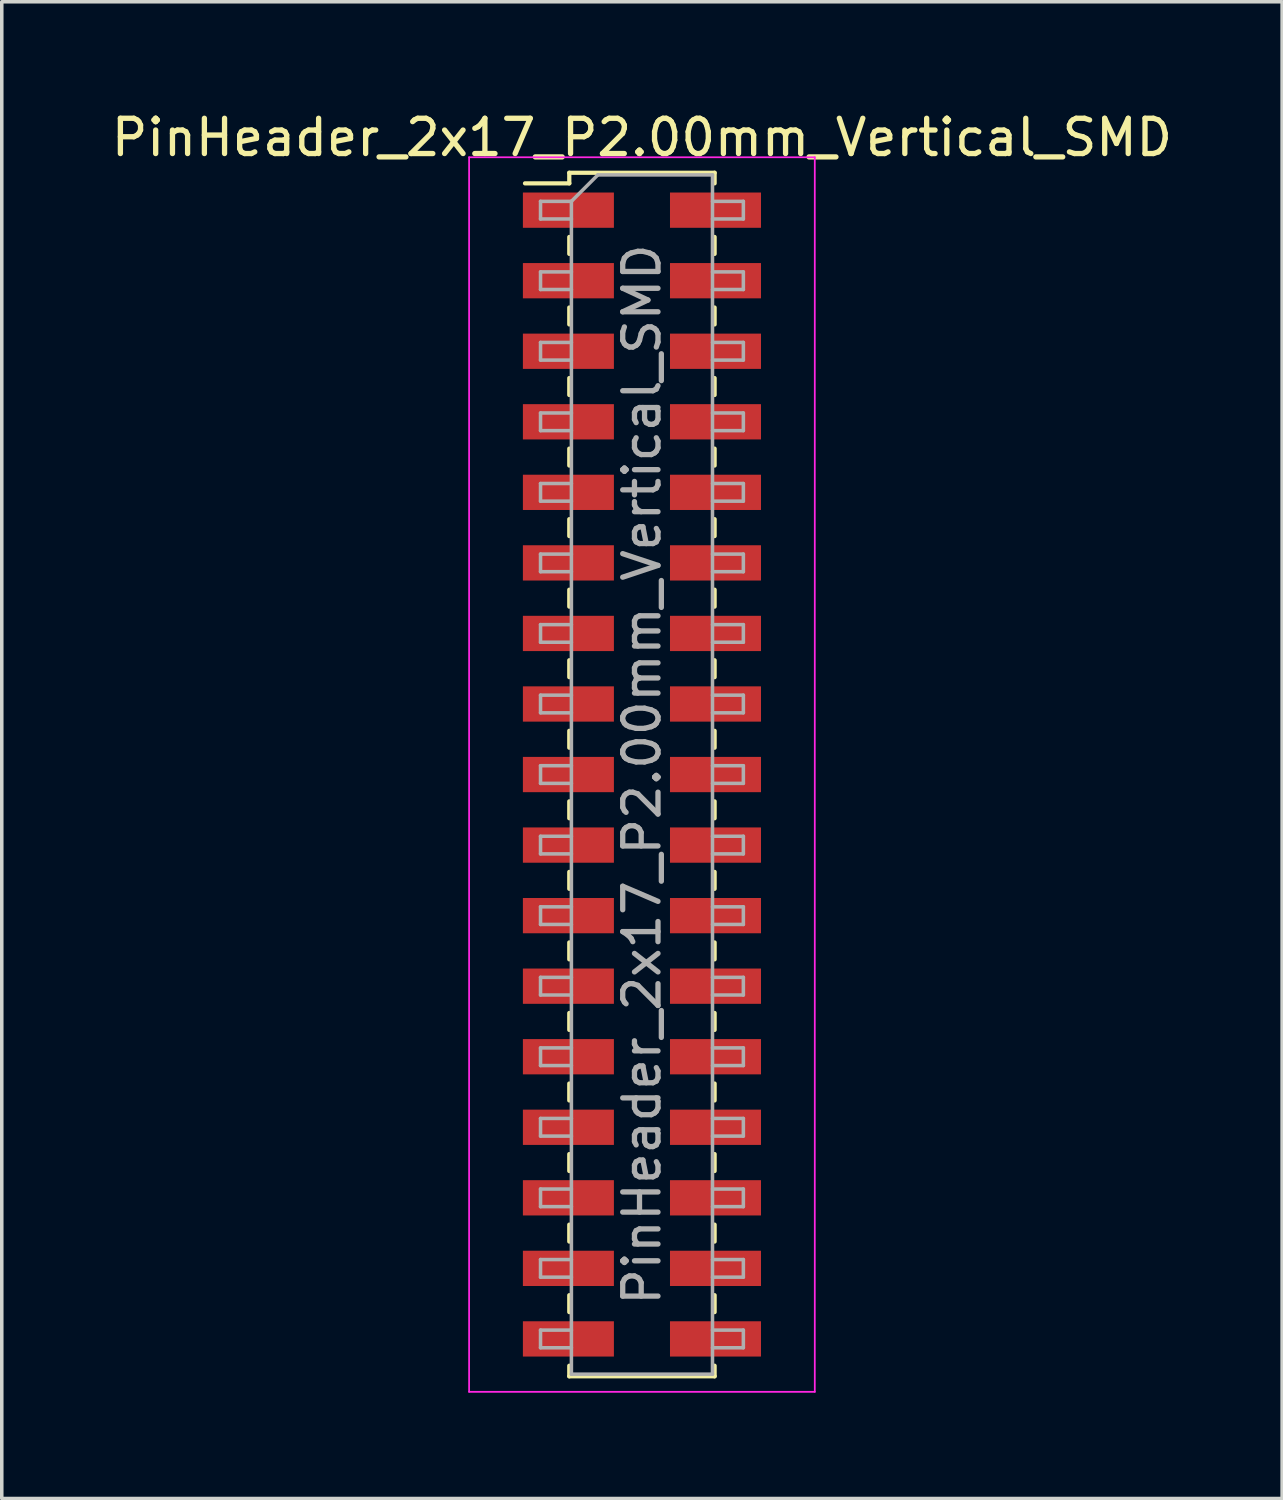
<source format=kicad_pcb>
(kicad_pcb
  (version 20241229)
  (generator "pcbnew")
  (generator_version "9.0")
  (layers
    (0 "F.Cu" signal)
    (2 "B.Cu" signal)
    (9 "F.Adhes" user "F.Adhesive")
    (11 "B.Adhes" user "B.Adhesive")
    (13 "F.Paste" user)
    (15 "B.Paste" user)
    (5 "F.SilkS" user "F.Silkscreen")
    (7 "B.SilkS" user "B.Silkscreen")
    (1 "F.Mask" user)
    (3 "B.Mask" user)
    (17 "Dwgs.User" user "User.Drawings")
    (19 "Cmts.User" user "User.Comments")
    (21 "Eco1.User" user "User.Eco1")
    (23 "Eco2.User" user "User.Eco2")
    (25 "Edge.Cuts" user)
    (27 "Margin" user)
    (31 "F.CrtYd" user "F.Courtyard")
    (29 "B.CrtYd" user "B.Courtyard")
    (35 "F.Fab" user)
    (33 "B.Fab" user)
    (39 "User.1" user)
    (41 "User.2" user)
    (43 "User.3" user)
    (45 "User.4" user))
  (footprint "PinHeader_2x17_P2.00mm_Vertical_SMD"
    (layer "F.Cu")
    (at 15.149 18.908)
    (property "Reference" "PinHeader_2x17_P2.00mm_Vertical_SMD" (at 0 -18.06 0) (layer "F.SilkS") (effects (font (size 1 1) (thickness 0.15))))
    (attr smd)
    (fp_line (start -3.315 -16.76) (end -2.06 -16.76) (stroke (width 0.12) (type solid)) (layer "F.SilkS"))
    (fp_line (start -2.06 -17.06) (end -2.06 -16.76) (stroke (width 0.12) (type solid)) (layer "F.SilkS"))
    (fp_line (start -2.06 -17.06) (end 2.06 -17.06) (stroke (width 0.12) (type solid)) (layer "F.SilkS"))
    (fp_line (start -2.06 -15.24) (end -2.06 -14.76) (stroke (width 0.12) (type solid)) (layer "F.SilkS"))
    (fp_line (start -2.06 -13.24) (end -2.06 -12.76) (stroke (width 0.12) (type solid)) (layer "F.SilkS"))
    (fp_line (start -2.06 -11.24) (end -2.06 -10.76) (stroke (width 0.12) (type solid)) (layer "F.SilkS"))
    (fp_line (start -2.06 -9.24) (end -2.06 -8.76) (stroke (width 0.12) (type solid)) (layer "F.SilkS"))
    (fp_line (start -2.06 -7.24) (end -2.06 -6.76) (stroke (width 0.12) (type solid)) (layer "F.SilkS"))
    (fp_line (start -2.06 -5.24) (end -2.06 -4.76) (stroke (width 0.12) (type solid)) (layer "F.SilkS"))
    (fp_line (start -2.06 -3.24) (end -2.06 -2.76) (stroke (width 0.12) (type solid)) (layer "F.SilkS"))
    (fp_line (start -2.06 -1.24) (end -2.06 -0.76) (stroke (width 0.12) (type solid)) (layer "F.SilkS"))
    (fp_line (start -2.06 0.76) (end -2.06 1.24) (stroke (width 0.12) (type solid)) (layer "F.SilkS"))
    (fp_line (start -2.06 2.76) (end -2.06 3.24) (stroke (width 0.12) (type solid)) (layer "F.SilkS"))
    (fp_line (start -2.06 4.76) (end -2.06 5.24) (stroke (width 0.12) (type solid)) (layer "F.SilkS"))
    (fp_line (start -2.06 6.76) (end -2.06 7.24) (stroke (width 0.12) (type solid)) (layer "F.SilkS"))
    (fp_line (start -2.06 8.76) (end -2.06 9.24) (stroke (width 0.12) (type solid)) (layer "F.SilkS"))
    (fp_line (start -2.06 10.76) (end -2.06 11.24) (stroke (width 0.12) (type solid)) (layer "F.SilkS"))
    (fp_line (start -2.06 12.76) (end -2.06 13.24) (stroke (width 0.12) (type solid)) (layer "F.SilkS"))
    (fp_line (start -2.06 14.76) (end -2.06 15.24) (stroke (width 0.12) (type solid)) (layer "F.SilkS"))
    (fp_line (start -2.06 16.76) (end -2.06 17.06) (stroke (width 0.12) (type solid)) (layer "F.SilkS"))
    (fp_line (start -2.06 17.06) (end 2.06 17.06) (stroke (width 0.12) (type solid)) (layer "F.SilkS"))
    (fp_line (start 2.06 -17.06) (end 2.06 -16.76) (stroke (width 0.12) (type solid)) (layer "F.SilkS"))
    (fp_line (start 2.06 -15.24) (end 2.06 -14.76) (stroke (width 0.12) (type solid)) (layer "F.SilkS"))
    (fp_line (start 2.06 -13.24) (end 2.06 -12.76) (stroke (width 0.12) (type solid)) (layer "F.SilkS"))
    (fp_line (start 2.06 -11.24) (end 2.06 -10.76) (stroke (width 0.12) (type solid)) (layer "F.SilkS"))
    (fp_line (start 2.06 -9.24) (end 2.06 -8.76) (stroke (width 0.12) (type solid)) (layer "F.SilkS"))
    (fp_line (start 2.06 -7.24) (end 2.06 -6.76) (stroke (width 0.12) (type solid)) (layer "F.SilkS"))
    (fp_line (start 2.06 -5.24) (end 2.06 -4.76) (stroke (width 0.12) (type solid)) (layer "F.SilkS"))
    (fp_line (start 2.06 -3.24) (end 2.06 -2.76) (stroke (width 0.12) (type solid)) (layer "F.SilkS"))
    (fp_line (start 2.06 -1.24) (end 2.06 -0.76) (stroke (width 0.12) (type solid)) (layer "F.SilkS"))
    (fp_line (start 2.06 0.76) (end 2.06 1.24) (stroke (width 0.12) (type solid)) (layer "F.SilkS"))
    (fp_line (start 2.06 2.76) (end 2.06 3.24) (stroke (width 0.12) (type solid)) (layer "F.SilkS"))
    (fp_line (start 2.06 4.76) (end 2.06 5.24) (stroke (width 0.12) (type solid)) (layer "F.SilkS"))
    (fp_line (start 2.06 6.76) (end 2.06 7.24) (stroke (width 0.12) (type solid)) (layer "F.SilkS"))
    (fp_line (start 2.06 8.76) (end 2.06 9.24) (stroke (width 0.12) (type solid)) (layer "F.SilkS"))
    (fp_line (start 2.06 10.76) (end 2.06 11.24) (stroke (width 0.12) (type solid)) (layer "F.SilkS"))
    (fp_line (start 2.06 12.76) (end 2.06 13.24) (stroke (width 0.12) (type solid)) (layer "F.SilkS"))
    (fp_line (start 2.06 14.76) (end 2.06 15.24) (stroke (width 0.12) (type solid)) (layer "F.SilkS"))
    (fp_line (start 2.06 16.76) (end 2.06 17.06) (stroke (width 0.12) (type solid)) (layer "F.SilkS"))
    (fp_line (start -4.9 -17.5) (end -4.9 17.5) (stroke (width 0.05) (type solid)) (layer "F.CrtYd"))
    (fp_line (start -4.9 17.5) (end 4.9 17.5) (stroke (width 0.05) (type solid)) (layer "F.CrtYd"))
    (fp_line (start 4.9 -17.5) (end -4.9 -17.5) (stroke (width 0.05) (type solid)) (layer "F.CrtYd"))
    (fp_line (start 4.9 17.5) (end 4.9 -17.5) (stroke (width 0.05) (type solid)) (layer "F.CrtYd"))
    (fp_line (start -2.875 -16.25) (end -2.875 -15.75) (stroke (width 0.1) (type solid)) (layer "F.Fab"))
    (fp_line (start -2.875 -15.75) (end -2 -15.75) (stroke (width 0.1) (type solid)) (layer "F.Fab"))
    (fp_line (start -2.875 -14.25) (end -2.875 -13.75) (stroke (width 0.1) (type solid)) (layer "F.Fab"))
    (fp_line (start -2.875 -13.75) (end -2 -13.75) (stroke (width 0.1) (type solid)) (layer "F.Fab"))
    (fp_line (start -2.875 -12.25) (end -2.875 -11.75) (stroke (width 0.1) (type solid)) (layer "F.Fab"))
    (fp_line (start -2.875 -11.75) (end -2 -11.75) (stroke (width 0.1) (type solid)) (layer "F.Fab"))
    (fp_line (start -2.875 -10.25) (end -2.875 -9.75) (stroke (width 0.1) (type solid)) (layer "F.Fab"))
    (fp_line (start -2.875 -9.75) (end -2 -9.75) (stroke (width 0.1) (type solid)) (layer "F.Fab"))
    (fp_line (start -2.875 -8.25) (end -2.875 -7.75) (stroke (width 0.1) (type solid)) (layer "F.Fab"))
    (fp_line (start -2.875 -7.75) (end -2 -7.75) (stroke (width 0.1) (type solid)) (layer "F.Fab"))
    (fp_line (start -2.875 -6.25) (end -2.875 -5.75) (stroke (width 0.1) (type solid)) (layer "F.Fab"))
    (fp_line (start -2.875 -5.75) (end -2 -5.75) (stroke (width 0.1) (type solid)) (layer "F.Fab"))
    (fp_line (start -2.875 -4.25) (end -2.875 -3.75) (stroke (width 0.1) (type solid)) (layer "F.Fab"))
    (fp_line (start -2.875 -3.75) (end -2 -3.75) (stroke (width 0.1) (type solid)) (layer "F.Fab"))
    (fp_line (start -2.875 -2.25) (end -2.875 -1.75) (stroke (width 0.1) (type solid)) (layer "F.Fab"))
    (fp_line (start -2.875 -1.75) (end -2 -1.75) (stroke (width 0.1) (type solid)) (layer "F.Fab"))
    (fp_line (start -2.875 -0.25) (end -2.875 0.25) (stroke (width 0.1) (type solid)) (layer "F.Fab"))
    (fp_line (start -2.875 0.25) (end -2 0.25) (stroke (width 0.1) (type solid)) (layer "F.Fab"))
    (fp_line (start -2.875 1.75) (end -2.875 2.25) (stroke (width 0.1) (type solid)) (layer "F.Fab"))
    (fp_line (start -2.875 2.25) (end -2 2.25) (stroke (width 0.1) (type solid)) (layer "F.Fab"))
    (fp_line (start -2.875 3.75) (end -2.875 4.25) (stroke (width 0.1) (type solid)) (layer "F.Fab"))
    (fp_line (start -2.875 4.25) (end -2 4.25) (stroke (width 0.1) (type solid)) (layer "F.Fab"))
    (fp_line (start -2.875 5.75) (end -2.875 6.25) (stroke (width 0.1) (type solid)) (layer "F.Fab"))
    (fp_line (start -2.875 6.25) (end -2 6.25) (stroke (width 0.1) (type solid)) (layer "F.Fab"))
    (fp_line (start -2.875 7.75) (end -2.875 8.25) (stroke (width 0.1) (type solid)) (layer "F.Fab"))
    (fp_line (start -2.875 8.25) (end -2 8.25) (stroke (width 0.1) (type solid)) (layer "F.Fab"))
    (fp_line (start -2.875 9.75) (end -2.875 10.25) (stroke (width 0.1) (type solid)) (layer "F.Fab"))
    (fp_line (start -2.875 10.25) (end -2 10.25) (stroke (width 0.1) (type solid)) (layer "F.Fab"))
    (fp_line (start -2.875 11.75) (end -2.875 12.25) (stroke (width 0.1) (type solid)) (layer "F.Fab"))
    (fp_line (start -2.875 12.25) (end -2 12.25) (stroke (width 0.1) (type solid)) (layer "F.Fab"))
    (fp_line (start -2.875 13.75) (end -2.875 14.25) (stroke (width 0.1) (type solid)) (layer "F.Fab"))
    (fp_line (start -2.875 14.25) (end -2 14.25) (stroke (width 0.1) (type solid)) (layer "F.Fab"))
    (fp_line (start -2.875 15.75) (end -2.875 16.25) (stroke (width 0.1) (type solid)) (layer "F.Fab"))
    (fp_line (start -2.875 16.25) (end -2 16.25) (stroke (width 0.1) (type solid)) (layer "F.Fab"))
    (fp_line (start -2 -16.25) (end -2.875 -16.25) (stroke (width 0.1) (type solid)) (layer "F.Fab"))
    (fp_line (start -2 -16.25) (end -1.25 -17) (stroke (width 0.1) (type solid)) (layer "F.Fab"))
    (fp_line (start -2 -14.25) (end -2.875 -14.25) (stroke (width 0.1) (type solid)) (layer "F.Fab"))
    (fp_line (start -2 -12.25) (end -2.875 -12.25) (stroke (width 0.1) (type solid)) (layer "F.Fab"))
    (fp_line (start -2 -10.25) (end -2.875 -10.25) (stroke (width 0.1) (type solid)) (layer "F.Fab"))
    (fp_line (start -2 -8.25) (end -2.875 -8.25) (stroke (width 0.1) (type solid)) (layer "F.Fab"))
    (fp_line (start -2 -6.25) (end -2.875 -6.25) (stroke (width 0.1) (type solid)) (layer "F.Fab"))
    (fp_line (start -2 -4.25) (end -2.875 -4.25) (stroke (width 0.1) (type solid)) (layer "F.Fab"))
    (fp_line (start -2 -2.25) (end -2.875 -2.25) (stroke (width 0.1) (type solid)) (layer "F.Fab"))
    (fp_line (start -2 -0.25) (end -2.875 -0.25) (stroke (width 0.1) (type solid)) (layer "F.Fab"))
    (fp_line (start -2 1.75) (end -2.875 1.75) (stroke (width 0.1) (type solid)) (layer "F.Fab"))
    (fp_line (start -2 3.75) (end -2.875 3.75) (stroke (width 0.1) (type solid)) (layer "F.Fab"))
    (fp_line (start -2 5.75) (end -2.875 5.75) (stroke (width 0.1) (type solid)) (layer "F.Fab"))
    (fp_line (start -2 7.75) (end -2.875 7.75) (stroke (width 0.1) (type solid)) (layer "F.Fab"))
    (fp_line (start -2 9.75) (end -2.875 9.75) (stroke (width 0.1) (type solid)) (layer "F.Fab"))
    (fp_line (start -2 11.75) (end -2.875 11.75) (stroke (width 0.1) (type solid)) (layer "F.Fab"))
    (fp_line (start -2 13.75) (end -2.875 13.75) (stroke (width 0.1) (type solid)) (layer "F.Fab"))
    (fp_line (start -2 15.75) (end -2.875 15.75) (stroke (width 0.1) (type solid)) (layer "F.Fab"))
    (fp_line (start -2 17) (end -2 -16.25) (stroke (width 0.1) (type solid)) (layer "F.Fab"))
    (fp_line (start -1.25 -17) (end 2 -17) (stroke (width 0.1) (type solid)) (layer "F.Fab"))
    (fp_line (start 2 -17) (end 2 17) (stroke (width 0.1) (type solid)) (layer "F.Fab"))
    (fp_line (start 2 -16.25) (end 2.875 -16.25) (stroke (width 0.1) (type solid)) (layer "F.Fab"))
    (fp_line (start 2 -14.25) (end 2.875 -14.25) (stroke (width 0.1) (type solid)) (layer "F.Fab"))
    (fp_line (start 2 -12.25) (end 2.875 -12.25) (stroke (width 0.1) (type solid)) (layer "F.Fab"))
    (fp_line (start 2 -10.25) (end 2.875 -10.25) (stroke (width 0.1) (type solid)) (layer "F.Fab"))
    (fp_line (start 2 -8.25) (end 2.875 -8.25) (stroke (width 0.1) (type solid)) (layer "F.Fab"))
    (fp_line (start 2 -6.25) (end 2.875 -6.25) (stroke (width 0.1) (type solid)) (layer "F.Fab"))
    (fp_line (start 2 -4.25) (end 2.875 -4.25) (stroke (width 0.1) (type solid)) (layer "F.Fab"))
    (fp_line (start 2 -2.25) (end 2.875 -2.25) (stroke (width 0.1) (type solid)) (layer "F.Fab"))
    (fp_line (start 2 -0.25) (end 2.875 -0.25) (stroke (width 0.1) (type solid)) (layer "F.Fab"))
    (fp_line (start 2 1.75) (end 2.875 1.75) (stroke (width 0.1) (type solid)) (layer "F.Fab"))
    (fp_line (start 2 3.75) (end 2.875 3.75) (stroke (width 0.1) (type solid)) (layer "F.Fab"))
    (fp_line (start 2 5.75) (end 2.875 5.75) (stroke (width 0.1) (type solid)) (layer "F.Fab"))
    (fp_line (start 2 7.75) (end 2.875 7.75) (stroke (width 0.1) (type solid)) (layer "F.Fab"))
    (fp_line (start 2 9.75) (end 2.875 9.75) (stroke (width 0.1) (type solid)) (layer "F.Fab"))
    (fp_line (start 2 11.75) (end 2.875 11.75) (stroke (width 0.1) (type solid)) (layer "F.Fab"))
    (fp_line (start 2 13.75) (end 2.875 13.75) (stroke (width 0.1) (type solid)) (layer "F.Fab"))
    (fp_line (start 2 15.75) (end 2.875 15.75) (stroke (width 0.1) (type solid)) (layer "F.Fab"))
    (fp_line (start 2 17) (end -2 17) (stroke (width 0.1) (type solid)) (layer "F.Fab"))
    (fp_line (start 2.875 -16.25) (end 2.875 -15.75) (stroke (width 0.1) (type solid)) (layer "F.Fab"))
    (fp_line (start 2.875 -15.75) (end 2 -15.75) (stroke (width 0.1) (type solid)) (layer "F.Fab"))
    (fp_line (start 2.875 -14.25) (end 2.875 -13.75) (stroke (width 0.1) (type solid)) (layer "F.Fab"))
    (fp_line (start 2.875 -13.75) (end 2 -13.75) (stroke (width 0.1) (type solid)) (layer "F.Fab"))
    (fp_line (start 2.875 -12.25) (end 2.875 -11.75) (stroke (width 0.1) (type solid)) (layer "F.Fab"))
    (fp_line (start 2.875 -11.75) (end 2 -11.75) (stroke (width 0.1) (type solid)) (layer "F.Fab"))
    (fp_line (start 2.875 -10.25) (end 2.875 -9.75) (stroke (width 0.1) (type solid)) (layer "F.Fab"))
    (fp_line (start 2.875 -9.75) (end 2 -9.75) (stroke (width 0.1) (type solid)) (layer "F.Fab"))
    (fp_line (start 2.875 -8.25) (end 2.875 -7.75) (stroke (width 0.1) (type solid)) (layer "F.Fab"))
    (fp_line (start 2.875 -7.75) (end 2 -7.75) (stroke (width 0.1) (type solid)) (layer "F.Fab"))
    (fp_line (start 2.875 -6.25) (end 2.875 -5.75) (stroke (width 0.1) (type solid)) (layer "F.Fab"))
    (fp_line (start 2.875 -5.75) (end 2 -5.75) (stroke (width 0.1) (type solid)) (layer "F.Fab"))
    (fp_line (start 2.875 -4.25) (end 2.875 -3.75) (stroke (width 0.1) (type solid)) (layer "F.Fab"))
    (fp_line (start 2.875 -3.75) (end 2 -3.75) (stroke (width 0.1) (type solid)) (layer "F.Fab"))
    (fp_line (start 2.875 -2.25) (end 2.875 -1.75) (stroke (width 0.1) (type solid)) (layer "F.Fab"))
    (fp_line (start 2.875 -1.75) (end 2 -1.75) (stroke (width 0.1) (type solid)) (layer "F.Fab"))
    (fp_line (start 2.875 -0.25) (end 2.875 0.25) (stroke (width 0.1) (type solid)) (layer "F.Fab"))
    (fp_line (start 2.875 0.25) (end 2 0.25) (stroke (width 0.1) (type solid)) (layer "F.Fab"))
    (fp_line (start 2.875 1.75) (end 2.875 2.25) (stroke (width 0.1) (type solid)) (layer "F.Fab"))
    (fp_line (start 2.875 2.25) (end 2 2.25) (stroke (width 0.1) (type solid)) (layer "F.Fab"))
    (fp_line (start 2.875 3.75) (end 2.875 4.25) (stroke (width 0.1) (type solid)) (layer "F.Fab"))
    (fp_line (start 2.875 4.25) (end 2 4.25) (stroke (width 0.1) (type solid)) (layer "F.Fab"))
    (fp_line (start 2.875 5.75) (end 2.875 6.25) (stroke (width 0.1) (type solid)) (layer "F.Fab"))
    (fp_line (start 2.875 6.25) (end 2 6.25) (stroke (width 0.1) (type solid)) (layer "F.Fab"))
    (fp_line (start 2.875 7.75) (end 2.875 8.25) (stroke (width 0.1) (type solid)) (layer "F.Fab"))
    (fp_line (start 2.875 8.25) (end 2 8.25) (stroke (width 0.1) (type solid)) (layer "F.Fab"))
    (fp_line (start 2.875 9.75) (end 2.875 10.25) (stroke (width 0.1) (type solid)) (layer "F.Fab"))
    (fp_line (start 2.875 10.25) (end 2 10.25) (stroke (width 0.1) (type solid)) (layer "F.Fab"))
    (fp_line (start 2.875 11.75) (end 2.875 12.25) (stroke (width 0.1) (type solid)) (layer "F.Fab"))
    (fp_line (start 2.875 12.25) (end 2 12.25) (stroke (width 0.1) (type solid)) (layer "F.Fab"))
    (fp_line (start 2.875 13.75) (end 2.875 14.25) (stroke (width 0.1) (type solid)) (layer "F.Fab"))
    (fp_line (start 2.875 14.25) (end 2 14.25) (stroke (width 0.1) (type solid)) (layer "F.Fab"))
    (fp_line (start 2.875 15.75) (end 2.875 16.25) (stroke (width 0.1) (type solid)) (layer "F.Fab"))
    (fp_line (start 2.875 16.25) (end 2 16.25) (stroke (width 0.1) (type solid)) (layer "F.Fab"))
    (fp_text user "${REFERENCE}" (at 0 0 90) (layer "F.Fab") (effects (font (size 1 1) (thickness 0.15))))
    (pad "1" smd rect (at -2.085 -16) (size 2.58 1) (layers "F.Cu" "F.Mask" "F.Paste"))
    (pad "2" smd rect (at 2.085 -16) (size 2.58 1) (layers "F.Cu" "F.Mask" "F.Paste"))
    (pad "3" smd rect (at -2.085 -14) (size 2.58 1) (layers "F.Cu" "F.Mask" "F.Paste"))
    (pad "4" smd rect (at 2.085 -14) (size 2.58 1) (layers "F.Cu" "F.Mask" "F.Paste"))
    (pad "5" smd rect (at -2.085 -12) (size 2.58 1) (layers "F.Cu" "F.Mask" "F.Paste"))
    (pad "6" smd rect (at 2.085 -12) (size 2.58 1) (layers "F.Cu" "F.Mask" "F.Paste"))
    (pad "7" smd rect (at -2.085 -10) (size 2.58 1) (layers "F.Cu" "F.Mask" "F.Paste"))
    (pad "8" smd rect (at 2.085 -10) (size 2.58 1) (layers "F.Cu" "F.Mask" "F.Paste"))
    (pad "9" smd rect (at -2.085 -8) (size 2.58 1) (layers "F.Cu" "F.Mask" "F.Paste"))
    (pad "10" smd rect (at 2.085 -8) (size 2.58 1) (layers "F.Cu" "F.Mask" "F.Paste"))
    (pad "11" smd rect (at -2.085 -6) (size 2.58 1) (layers "F.Cu" "F.Mask" "F.Paste"))
    (pad "12" smd rect (at 2.085 -6) (size 2.58 1) (layers "F.Cu" "F.Mask" "F.Paste"))
    (pad "13" smd rect (at -2.085 -4) (size 2.58 1) (layers "F.Cu" "F.Mask" "F.Paste"))
    (pad "14" smd rect (at 2.085 -4) (size 2.58 1) (layers "F.Cu" "F.Mask" "F.Paste"))
    (pad "15" smd rect (at -2.085 -2) (size 2.58 1) (layers "F.Cu" "F.Mask" "F.Paste"))
    (pad "16" smd rect (at 2.085 -2) (size 2.58 1) (layers "F.Cu" "F.Mask" "F.Paste"))
    (pad "17" smd rect (at -2.085 0) (size 2.58 1) (layers "F.Cu" "F.Mask" "F.Paste"))
    (pad "18" smd rect (at 2.085 0) (size 2.58 1) (layers "F.Cu" "F.Mask" "F.Paste"))
    (pad "19" smd rect (at -2.085 2) (size 2.58 1) (layers "F.Cu" "F.Mask" "F.Paste"))
    (pad "20" smd rect (at 2.085 2) (size 2.58 1) (layers "F.Cu" "F.Mask" "F.Paste"))
    (pad "21" smd rect (at -2.085 4) (size 2.58 1) (layers "F.Cu" "F.Mask" "F.Paste"))
    (pad "22" smd rect (at 2.085 4) (size 2.58 1) (layers "F.Cu" "F.Mask" "F.Paste"))
    (pad "23" smd rect (at -2.085 6) (size 2.58 1) (layers "F.Cu" "F.Mask" "F.Paste"))
    (pad "24" smd rect (at 2.085 6) (size 2.58 1) (layers "F.Cu" "F.Mask" "F.Paste"))
    (pad "25" smd rect (at -2.085 8) (size 2.58 1) (layers "F.Cu" "F.Mask" "F.Paste"))
    (pad "26" smd rect (at 2.085 8) (size 2.58 1) (layers "F.Cu" "F.Mask" "F.Paste"))
    (pad "27" smd rect (at -2.085 10) (size 2.58 1) (layers "F.Cu" "F.Mask" "F.Paste"))
    (pad "28" smd rect (at 2.085 10) (size 2.58 1) (layers "F.Cu" "F.Mask" "F.Paste"))
    (pad "29" smd rect (at -2.085 12) (size 2.58 1) (layers "F.Cu" "F.Mask" "F.Paste"))
    (pad "30" smd rect (at 2.085 12) (size 2.58 1) (layers "F.Cu" "F.Mask" "F.Paste"))
    (pad "31" smd rect (at -2.085 14) (size 2.58 1) (layers "F.Cu" "F.Mask" "F.Paste"))
    (pad "32" smd rect (at 2.085 14) (size 2.58 1) (layers "F.Cu" "F.Mask" "F.Paste"))
    (pad "33" smd rect (at -2.085 16) (size 2.58 1) (layers "F.Cu" "F.Mask" "F.Paste"))
    (pad "34" smd rect (at 2.085 16) (size 2.58 1) (layers "F.Cu" "F.Mask" "F.Paste")))
  (gr_rect
    (start -3 -3)
    (end 33.298 39.433)
    (stroke (width 0.1) (type default))
    (fill no)
    (layer "Edge.Cuts")))
</source>
